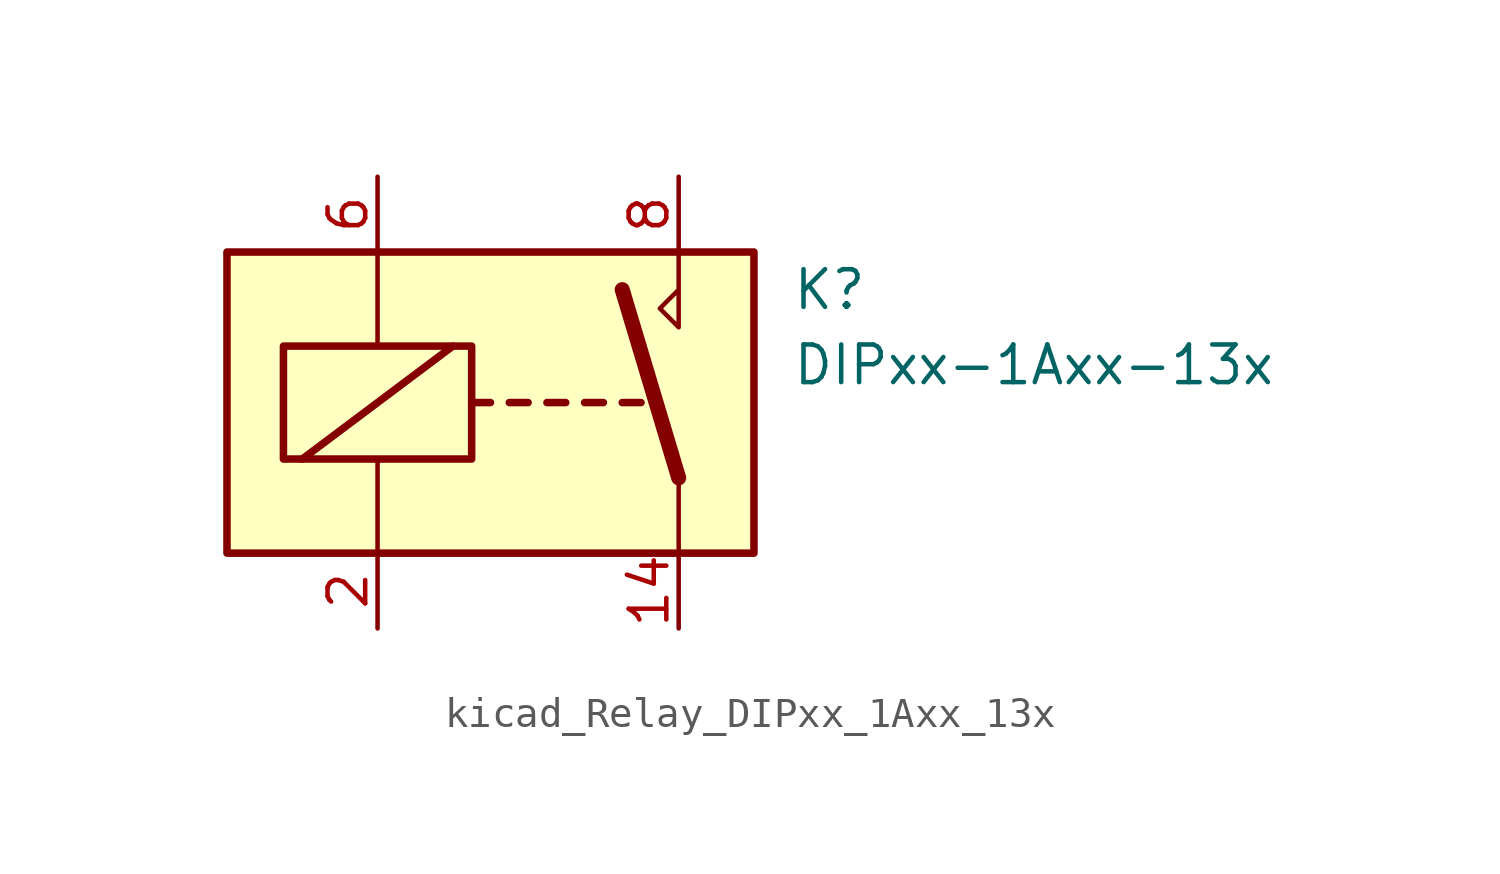
<source format=kicad_sym>
(kicad_symbol_lib
  (version 20220914)
  (generator kicad_symbol_editor)
  (symbol "kicad_Relay_DIPxx_1Axx_13x"
    (property "Reference" "K"
      (at 8.89 3.81 0)
      (effects (font (size 1.27 1.27)) (justify left)))
    (property "Value" "DIPxx-1Axx-13x"
      (at 8.89 1.27 0)
      (effects (font (size 1.27 1.27)) (justify left)))
    (symbol "kicad_Relay_DIPxx_1Axx_13x_0_0"
      (polyline (pts (xy 5.08 5.08) (xy 5.08 2.54) (xy 4.445 3.175) (xy 5.08 3.81)) (stroke (width 0) (type default)) (fill (type none))))
    (symbol "kicad_Relay_DIPxx_1Axx_13x_0_1"
      (rectangle (start -10.16 5.08) (end 7.62 -5.08) (stroke (width 0.254) (type default)) (fill (type background)))
      (rectangle (start -8.255 1.905) (end -1.905 -1.905) (stroke (width 0.254) (type default)) (fill (type none)))
      (polyline (pts (xy -7.62 -1.905) (xy -2.54 1.905)) (stroke (width 0.254) (type default)) (fill (type none)))
      (polyline (pts (xy -5.08 -5.08) (xy -5.08 -1.905)) (stroke (width 0) (type default)) (fill (type none)))
      (polyline (pts (xy -5.08 5.08) (xy -5.08 1.905)) (stroke (width 0) (type default)) (fill (type none)))
      (polyline (pts (xy -1.905 0) (xy -1.27 0)) (stroke (width 0.254) (type default)) (fill (type none)))
      (polyline (pts (xy -0.635 0) (xy 0 0)) (stroke (width 0.254) (type default)) (fill (type none)))
      (polyline (pts (xy 0.635 0) (xy 1.27 0)) (stroke (width 0.254) (type default)) (fill (type none)))
      (polyline (pts (xy 1.905 0) (xy 2.54 0)) (stroke (width 0.254) (type default)) (fill (type none)))
      (polyline (pts (xy 3.175 0) (xy 3.81 0)) (stroke (width 0.254) (type default)) (fill (type none)))
      (polyline (pts (xy 5.08 -2.54) (xy 3.175 3.81)) (stroke (width 0.508) (type default)) (fill (type none)))
      (polyline (pts (xy 5.08 -2.54) (xy 5.08 -5.08)) (stroke (width 0) (type default)) (fill (type none))))
    (symbol "kicad_Relay_DIPxx_1Axx_13x_1_1"
      (pin passive line (at 5.08 -7.62 90) (length 2.54) (name "~" (effects (font (size 1.27 1.27)))) (number "14" (effects (font (size 1.27 1.27)))))
      (pin passive line (at -5.08 -7.62 90) (length 2.54) (name "~" (effects (font (size 1.27 1.27)))) (number "2" (effects (font (size 1.27 1.27)))))
      (pin passive line (at -5.08 7.62 270) (length 2.54) (name "~" (effects (font (size 1.27 1.27)))) (number "6" (effects (font (size 1.27 1.27)))))
      (pin passive line (at 5.08 7.62 270) (length 2.54) (name "~" (effects (font (size 1.27 1.27)))) (number "8" (effects (font (size 1.27 1.27))))))))
</source>
